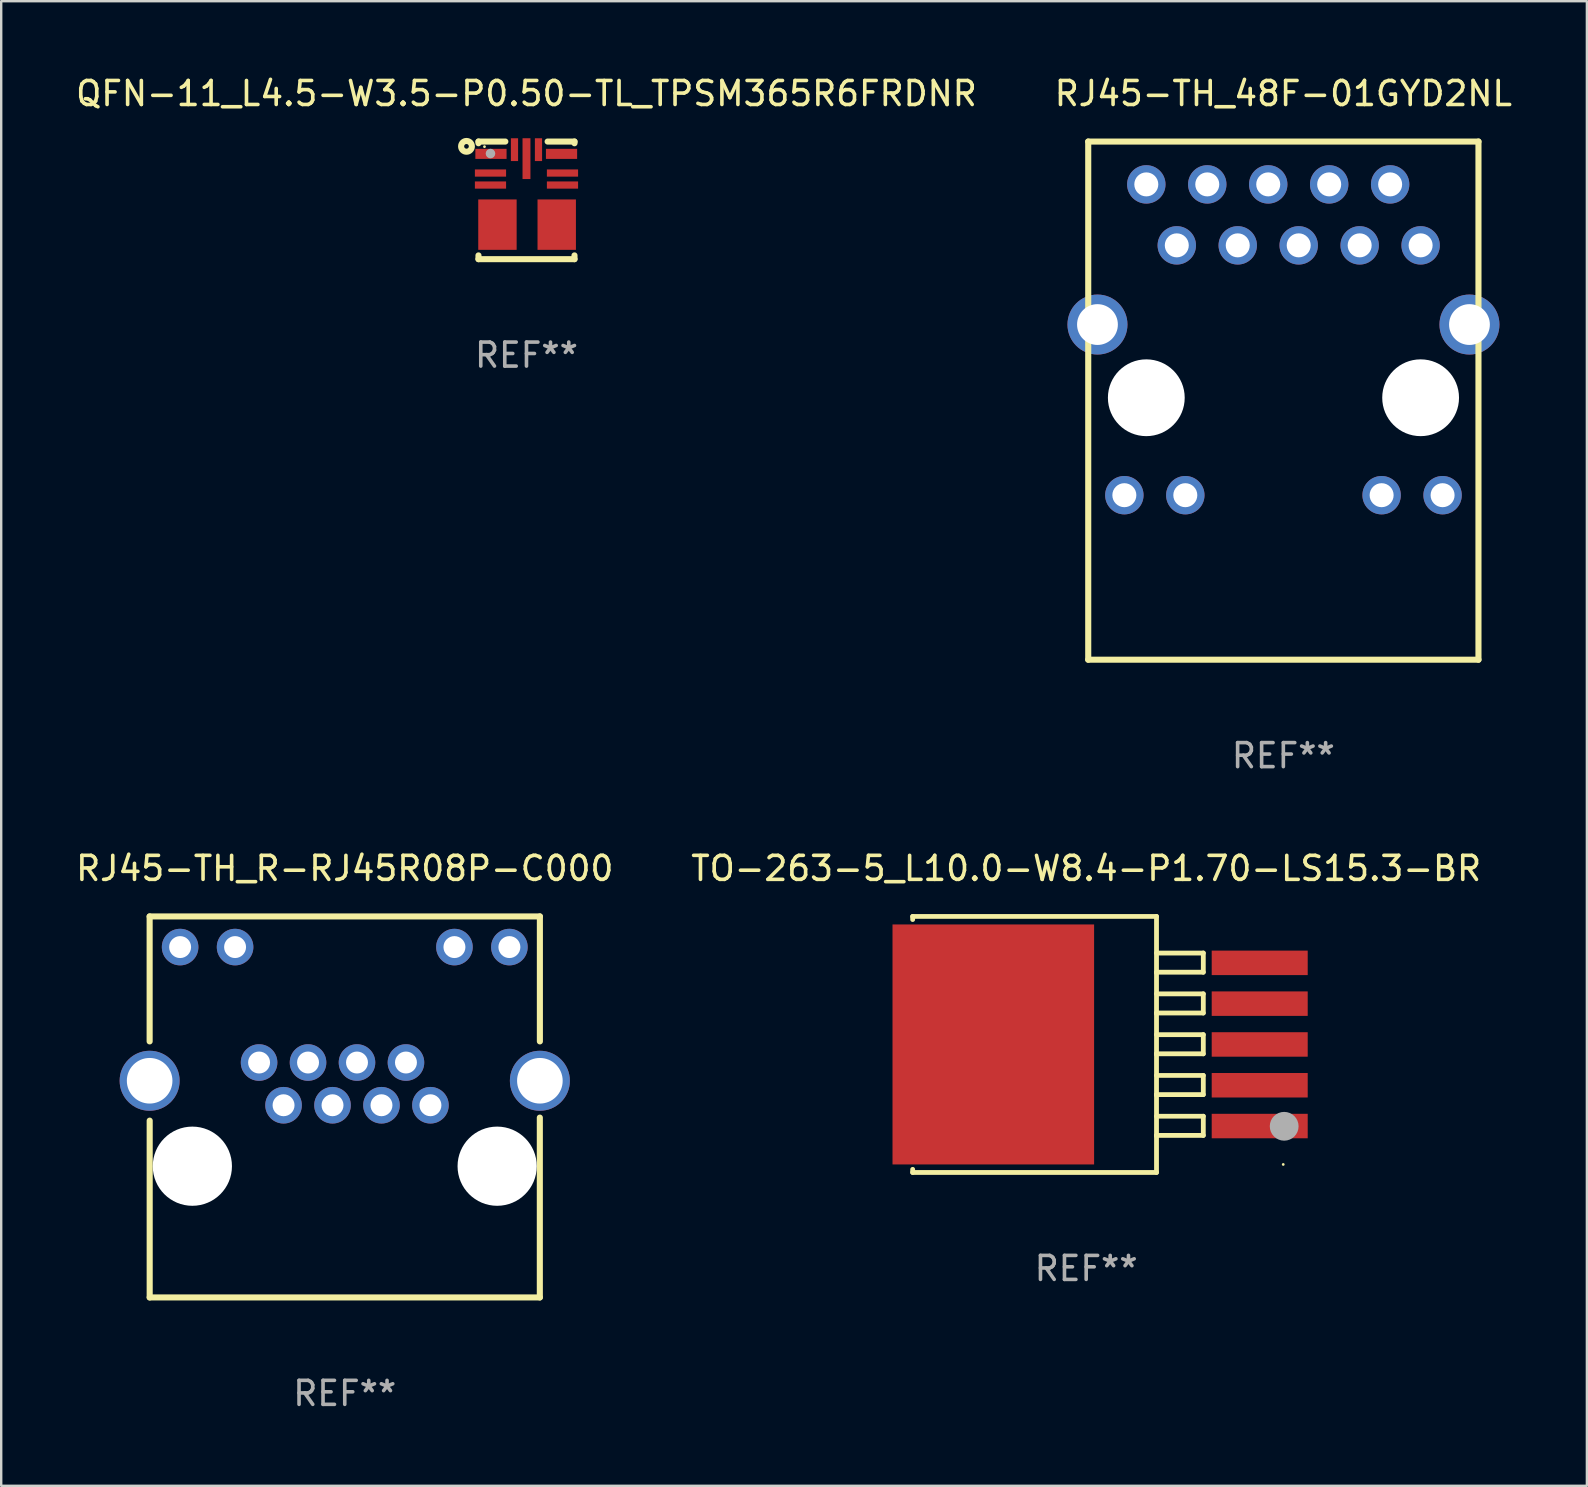
<source format=kicad_pcb>
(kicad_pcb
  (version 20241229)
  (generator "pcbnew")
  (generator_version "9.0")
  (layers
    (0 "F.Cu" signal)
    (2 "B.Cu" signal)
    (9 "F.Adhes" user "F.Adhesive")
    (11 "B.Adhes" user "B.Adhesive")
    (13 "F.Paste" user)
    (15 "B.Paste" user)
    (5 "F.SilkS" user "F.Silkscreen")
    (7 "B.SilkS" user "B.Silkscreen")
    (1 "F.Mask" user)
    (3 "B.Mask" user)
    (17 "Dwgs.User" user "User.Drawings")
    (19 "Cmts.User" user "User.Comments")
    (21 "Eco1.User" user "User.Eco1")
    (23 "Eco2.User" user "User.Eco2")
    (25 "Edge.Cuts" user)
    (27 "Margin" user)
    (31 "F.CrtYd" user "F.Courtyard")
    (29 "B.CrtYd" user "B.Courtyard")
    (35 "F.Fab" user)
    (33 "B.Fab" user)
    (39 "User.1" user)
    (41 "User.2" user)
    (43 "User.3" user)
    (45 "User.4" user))
  (footprint "QFN-11_L4.5-W3.5-P0.50-TL_TPSM365R6FRDNR"
    (layer "F.Cu")
    (at 18.887 4.748)
    (property "Reference" "QFN-11_L4.5-W3.5-P0.50-TL_TPSM365R6FRDNR" (at -0.000127 -3.9 0) (layer "F.SilkS") (effects (font (size 1 1) (thickness 0.15))))
    (attr smd)
    (fp_line (start -2 -1.9) (end -0.881 -1.9) (stroke (width 0.254) (type solid)) (layer "F.SilkS"))
    (fp_line (start -2 -1.829) (end -2 -1.9) (stroke (width 0.254) (type solid)) (layer "F.SilkS"))
    (fp_line (start -2 3) (end -2 2.844) (stroke (width 0.254) (type solid)) (layer "F.SilkS"))
    (fp_line (start 0.881 -1.9) (end 2 -1.9) (stroke (width 0.254) (type solid)) (layer "F.SilkS"))
    (fp_line (start 2 -1.9) (end 2 -1.829) (stroke (width 0.254) (type solid)) (layer "F.SilkS"))
    (fp_line (start 2 2.844) (end 2 3) (stroke (width 0.254) (type solid)) (layer "F.SilkS"))
    (fp_line (start 2 3) (end -2 3) (stroke (width 0.254) (type solid)) (layer "F.SilkS"))
    (fp_circle (center -2.5 -1.7) (end -2.276 -1.7) (stroke (width 0.254) (type solid)) (fill no) (layer "F.SilkS"))
    (fp_circle (center -1.75 -1.687) (end -1.72 -1.687) (stroke (width 0.06) (type solid)) (fill no) (layer "F.SilkS"))
    (fp_circle (center -1.5 -1.4) (end -1.4 -1.4) (stroke (width 0.2) (type solid)) (fill no) (layer "F.Fab"))
    (fp_text user "REF**" (at -0.000127 7 0) (layer "F.Fab") (effects (font (size 1 1) (thickness 0.15))))
    (pad "1" smd rect (at -1.48 -1.387) (size 1.3 0.42) (layers "F.Cu" "F.Mask" "F.Paste"))
    (pad "2" smd rect (at -1.5 -0.588) (size 1.3 0.3) (layers "F.Cu" "F.Mask" "F.Paste"))
    (pad "3" smd rect (at -1.5 -0.088) (size 1.3 0.3) (layers "F.Cu" "F.Mask" "F.Paste"))
    (pad "4" smd rect (at -1.21 1.562) (size 1.6 2.1) (layers "F.Cu" "F.Mask" "F.Paste"))
    (pad "5" smd rect (at 1.26 1.562) (size 1.6 2.1) (layers "F.Cu" "F.Mask" "F.Paste"))
    (pad "6" smd rect (at 1.5 -0.088) (size 1.3 0.3) (layers "F.Cu" "F.Mask" "F.Paste"))
    (pad "7" smd rect (at 1.5 -0.588) (size 1.3 0.3) (layers "F.Cu" "F.Mask" "F.Paste"))
    (pad "8" smd rect (at 1.46 -1.387) (size 1.3 0.42) (layers "F.Cu" "F.Mask" "F.Paste"))
    (pad "9" smd rect (at 0.5 -1.562) (size 0.3 0.95) (layers "F.Cu" "F.Mask" "F.Paste"))
    (pad "10" smd rect (at -0.000127 -1.188) (size 0.33 1.7) (layers "F.Cu" "F.Mask" "F.Paste"))
    (pad "11" smd rect (at -0.5 -1.562) (size 0.3 0.95) (layers "F.Cu" "F.Mask" "F.Paste")))
  (footprint "RJ45-TH_R-RJ45R08P-C000"
    (layer "F.Cu")
    (at 11.315 39.707)
    (property "Reference" "RJ45-TH_R-RJ45R08P-C000" (at 0 -6.572 0) (layer "F.SilkS") (effects (font (size 1 1) (thickness 0.15))))
    (attr through_hole)
    (fp_line (start -8.13 -4.572) (end -8.13 0.635) (stroke (width 0.254) (type solid)) (layer "F.SilkS"))
    (fp_line (start -8.128 3.937) (end -8.128 11.303) (stroke (width 0.254) (type solid)) (layer "F.SilkS"))
    (fp_line (start -8.128 11.303) (end 8.128 11.303) (stroke (width 0.254) (type solid)) (layer "F.SilkS"))
    (fp_line (start 8.128 11.303) (end 8.128 3.81) (stroke (width 0.254) (type solid)) (layer "F.SilkS"))
    (fp_line (start 8.13 -4.572) (end -8.13 -4.572) (stroke (width 0.254) (type solid)) (layer "F.SilkS"))
    (fp_line (start 8.13 0.635) (end 8.13 -4.572) (stroke (width 0.254) (type solid)) (layer "F.SilkS"))
    (fp_circle (center 8.13 11.235) (end 8.16 11.235) (stroke (width 0.06) (type solid)) (fill no) (layer "F.SilkS"))
    (fp_circle (center -6.35 5.835) (end -5.6 5.835) (stroke (width 1.5) (type solid)) (fill no) (layer "F.Fab"))
    (fp_circle (center 6.35 5.835) (end 7.1 5.835) (stroke (width 1.5) (type solid)) (fill no) (layer "F.Fab"))
    (fp_text user "REF**" (at 0 15.303 0) (layer "F.Fab") (effects (font (size 1 1) (thickness 0.15))))
    (pad "" np_thru_hole circle (at -6.35 5.835) (size 3.3 3.3) (drill 3.3) (layers "*.Cu" "*.Mask"))
    (pad "" np_thru_hole circle (at 6.35 5.835) (size 3.3 3.3) (drill 3.3) (layers "*.Cu" "*.Mask"))
    (pad "1" thru_hole circle (at 3.57 3.295) (size 1.524 1.524) (drill 0.914) (layers "*.Cu" "*.Mask"))
    (pad "2" thru_hole circle (at 2.55 1.515) (size 1.524 1.524) (drill 0.914) (layers "*.Cu" "*.Mask"))
    (pad "3" thru_hole circle (at 1.53 3.295) (size 1.524 1.524) (drill 0.914) (layers "*.Cu" "*.Mask"))
    (pad "4" thru_hole circle (at 0.51 1.515) (size 1.524 1.524) (drill 0.914) (layers "*.Cu" "*.Mask"))
    (pad "5" thru_hole circle (at -0.51 3.295) (size 1.524 1.524) (drill 0.914) (layers "*.Cu" "*.Mask"))
    (pad "6" thru_hole circle (at -1.53 1.515) (size 1.524 1.524) (drill 0.914) (layers "*.Cu" "*.Mask"))
    (pad "7" thru_hole circle (at -2.55 3.295) (size 1.524 1.524) (drill 0.914) (layers "*.Cu" "*.Mask"))
    (pad "8" thru_hole circle (at -3.57 1.515) (size 1.524 1.524) (drill 0.914) (layers "*.Cu" "*.Mask"))
    (pad "9" thru_hole circle (at -6.86 -3.295) (size 1.524 1.524) (drill 0.914) (layers "*.Cu" "*.Mask"))
    (pad "10" thru_hole circle (at -4.57 -3.295) (size 1.524 1.524) (drill 0.914) (layers "*.Cu" "*.Mask"))
    (pad "11" thru_hole circle (at 4.57 -3.295) (size 1.524 1.524) (drill 0.914) (layers "*.Cu" "*.Mask"))
    (pad "12" thru_hole circle (at 6.86 -3.295) (size 1.524 1.524) (drill 0.914) (layers "*.Cu" "*.Mask"))
    (pad "13" thru_hole circle (at 8.13 2.275) (size 2.5 2.5) (drill 1.9) (layers "*.Cu" "*.Mask"))
    (pad "14" thru_hole circle (at -8.13 2.275) (size 2.5 2.5) (drill 1.9) (layers "*.Cu" "*.Mask")))
  (footprint "TO-263-5_L10.0-W8.4-P1.70-LS15.3-BR"
    (layer "F.Cu")
    (at 43.888 40.469)
    (property "Reference" "TO-263-5_L10.0-W8.4-P1.70-LS15.3-BR" (at -1.68 -7.334 0) (layer "F.SilkS") (effects (font (size 1 1) (thickness 0.15))))
    (attr smd)
    (fp_line (start -8.91 -5.334) (end 1.25 -5.334) (stroke (width 0.2) (type solid)) (layer "F.SilkS"))
    (fp_line (start -8.91 -5.204) (end -8.91 -5.334) (stroke (width 0.2) (type solid)) (layer "F.SilkS"))
    (fp_line (start -8.91 5.334) (end -8.91 5.204) (stroke (width 0.2) (type solid)) (layer "F.SilkS"))
    (fp_line (start 1.25 -5.334) (end 1.25 5.334) (stroke (width 0.2) (type solid)) (layer "F.SilkS"))
    (fp_line (start 1.25 -3.809) (end 3.2 -3.809) (stroke (width 0.2) (type solid)) (layer "F.SilkS"))
    (fp_line (start 1.25 -3.01) (end 1.25 -2.981) (stroke (width 0.2) (type solid)) (layer "F.SilkS"))
    (fp_line (start 1.25 5.334) (end -8.91 5.334) (stroke (width 0.2) (type solid)) (layer "F.SilkS"))
    (fp_line (start 1.25 -2.109) (end 3.2 -2.109) (stroke (width 0.2) (type solid)) (layer "F.SilkS"))
    (fp_line (start 1.25 -1.31) (end 1.25 -1.281) (stroke (width 0.2) (type solid)) (layer "F.SilkS"))
    (fp_line (start 1.25 1.291) (end 3.2 1.291) (stroke (width 0.2) (type solid)) (layer "F.SilkS"))
    (fp_line (start 1.25 2.09) (end 1.25 2.119) (stroke (width 0.2) (type solid)) (layer "F.SilkS"))
    (fp_line (start 1.25 2.991) (end 3.2 2.991) (stroke (width 0.2) (type solid)) (layer "F.SilkS"))
    (fp_line (start 1.25 3.79) (end 1.25 3.819) (stroke (width 0.2) (type solid)) (layer "F.SilkS"))
    (fp_line (start 1.25 -0.409) (end 3.2 -0.409) (stroke (width 0.2) (type solid)) (layer "F.SilkS"))
    (fp_line (start 1.25 0.39) (end 1.25 0.419) (stroke (width 0.2) (type solid)) (layer "F.SilkS"))
    (fp_line (start 3.2 -3.809) (end 3.2 -3.01) (stroke (width 0.2) (type solid)) (layer "F.SilkS"))
    (fp_line (start 3.2 -3.01) (end 1.25 -3.01) (stroke (width 0.2) (type solid)) (layer "F.SilkS"))
    (fp_line (start 3.2 -2.109) (end 3.2 -1.31) (stroke (width 0.2) (type solid)) (layer "F.SilkS"))
    (fp_line (start 3.2 -1.31) (end 1.25 -1.31) (stroke (width 0.2) (type solid)) (layer "F.SilkS"))
    (fp_line (start 3.2 1.291) (end 3.2 2.09) (stroke (width 0.2) (type solid)) (layer "F.SilkS"))
    (fp_line (start 3.2 2.09) (end 1.25 2.09) (stroke (width 0.2) (type solid)) (layer "F.SilkS"))
    (fp_line (start 3.2 2.991) (end 3.2 3.79) (stroke (width 0.2) (type solid)) (layer "F.SilkS"))
    (fp_line (start 3.2 3.79) (end 1.25 3.79) (stroke (width 0.2) (type solid)) (layer "F.SilkS"))
    (fp_line (start 3.2 -0.409) (end 3.2 0.39) (stroke (width 0.2) (type solid)) (layer "F.SilkS"))
    (fp_line (start 3.2 0.39) (end 1.25 0.39) (stroke (width 0.2) (type solid)) (layer "F.SilkS"))
    (fp_circle (center 6.53 5) (end 6.56 5) (stroke (width 0.06) (type solid)) (fill no) (layer "F.SilkS"))
    (fp_circle (center 6.57 3.41) (end 6.87 3.41) (stroke (width 0.6) (type solid)) (fill no) (layer "F.Fab"))
    (fp_text user "REF**" (at -1.68 9.334 0) (layer "F.Fab") (effects (font (size 1 1) (thickness 0.15))))
    (pad "1" smd rect (at 5.55 3.4) (size 4 1.02) (layers "F.Cu" "F.Mask" "F.Paste"))
    (pad "2" smd rect (at 5.55 1.7) (size 4 1.02) (layers "F.Cu" "F.Mask" "F.Paste"))
    (pad "3" smd rect (at 5.55 0) (size 4 1.02) (layers "F.Cu" "F.Mask" "F.Paste"))
    (pad "4" smd rect (at 5.55 -1.7) (size 4 1.02) (layers "F.Cu" "F.Mask" "F.Paste"))
    (pad "5" smd rect (at 5.55 -3.4) (size 4 1.02) (layers "F.Cu" "F.Mask" "F.Paste"))
    (pad "6" smd rect (at -5.55 0) (size 8.4 10) (layers "F.Cu" "F.Mask" "F.Paste")))
  (footprint "RJ45-TH_48F-01GYD2NL"
    (layer "F.Cu")
    (at 50.428 11.108)
    (property "Reference" "RJ45-TH_48F-01GYD2NL" (at -0.005 -10.26 0) (layer "F.SilkS") (effects (font (size 1 1) (thickness 0.15))))
    (attr through_hole)
    (fp_line (start -8.135 -8.26) (end -8.135 13.33) (stroke (width 0.254) (type solid)) (layer "F.SilkS"))
    (fp_line (start -8.135 13.33) (end 8.125 13.33) (stroke (width 0.254) (type solid)) (layer "F.SilkS"))
    (fp_line (start 8.125 -8.26) (end -8.135 -8.26) (stroke (width 0.254) (type solid)) (layer "F.SilkS"))
    (fp_line (start 8.125 13.33) (end 8.125 -8.26) (stroke (width 0.254) (type solid)) (layer "F.SilkS"))
    (fp_circle (center -8.13 -8.26) (end -8.1 -8.26) (stroke (width 0.06) (type solid)) (fill no) (layer "F.SilkS"))
    (fp_circle (center -5.715 2.43) (end -4.965 2.43) (stroke (width 1.5) (type solid)) (fill no) (layer "F.Fab"))
    (fp_circle (center 5.715 2.43) (end 6.465 2.43) (stroke (width 1.5) (type solid)) (fill no) (layer "F.Fab"))
    (fp_text user "REF**" (at -0.005 17.33 0) (layer "F.Fab") (effects (font (size 1 1) (thickness 0.15))))
    (pad "" np_thru_hole circle (at -5.715 2.415) (size 3.2 3.2) (drill 3.2) (layers "*.Cu" "*.Mask"))
    (pad "" np_thru_hole circle (at 5.715 2.415) (size 3.2 3.2) (drill 3.2) (layers "*.Cu" "*.Mask"))
    (pad "1" thru_hole circle (at -5.715 -6.475) (size 1.6 1.6) (drill 1) (layers "*.Cu" "*.Mask"))
    (pad "2" thru_hole circle (at -4.445 -3.935) (size 1.6 1.6) (drill 1) (layers "*.Cu" "*.Mask"))
    (pad "3" thru_hole circle (at -3.175 -6.475) (size 1.6 1.6) (drill 1) (layers "*.Cu" "*.Mask"))
    (pad "4" thru_hole circle (at -1.905 -3.935) (size 1.6 1.6) (drill 1) (layers "*.Cu" "*.Mask"))
    (pad "5" thru_hole circle (at -0.635 -6.475) (size 1.6 1.6) (drill 1) (layers "*.Cu" "*.Mask"))
    (pad "6" thru_hole circle (at 0.635 -3.935) (size 1.6 1.6) (drill 1) (layers "*.Cu" "*.Mask"))
    (pad "7" thru_hole circle (at 1.905 -6.475) (size 1.6 1.6) (drill 1) (layers "*.Cu" "*.Mask"))
    (pad "8" thru_hole circle (at 3.175 -3.935) (size 1.6 1.6) (drill 1) (layers "*.Cu" "*.Mask"))
    (pad "9" thru_hole circle (at 4.445 -6.475) (size 1.6 1.6) (drill 1) (layers "*.Cu" "*.Mask"))
    (pad "10" thru_hole circle (at 5.715 -3.935) (size 1.6 1.6) (drill 1) (layers "*.Cu" "*.Mask"))
    (pad "11" thru_hole circle (at -6.63 6.475) (size 1.6 1.6) (drill 1) (layers "*.Cu" "*.Mask"))
    (pad "12" thru_hole circle (at -4.09 6.475) (size 1.6 1.6) (drill 1) (layers "*.Cu" "*.Mask"))
    (pad "13" thru_hole circle (at 4.09 6.475) (size 1.6 1.6) (drill 1) (layers "*.Cu" "*.Mask"))
    (pad "14" thru_hole circle (at 6.63 6.475) (size 1.6 1.6) (drill 1) (layers "*.Cu" "*.Mask"))
    (pad "15" thru_hole circle (at -7.75 -0.635) (size 2.5 2.5) (drill 1.7) (layers "*.Cu" "*.Mask"))
    (pad "16" thru_hole circle (at 7.75 -0.635) (size 2.5 2.5) (drill 1.7) (layers "*.Cu" "*.Mask")))
  (gr_rect
    (start -3 -3)
    (end 63.071 58.858)
    (stroke (width 0.1) (type default))
    (fill no)
    (layer "Edge.Cuts")))
</source>
